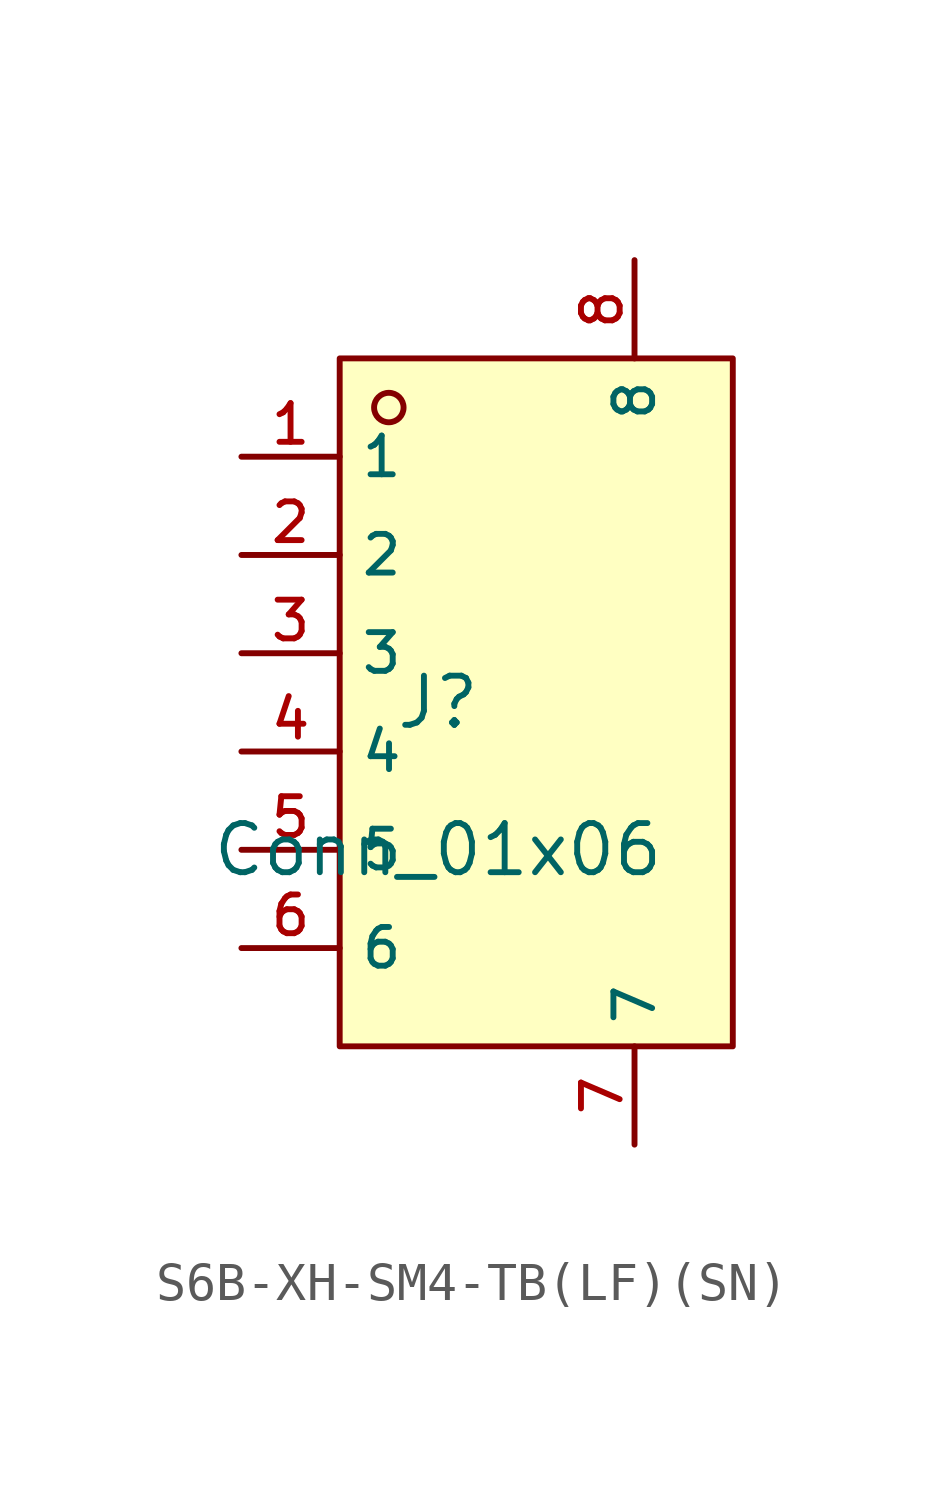
<source format=kicad_sym>
(kicad_symbol_lib
  (version 20231120)
  (generator "kicad_symbol_editor")
  (generator_version "8.0")
  (symbol "S6B-XH-SM4-TB(LF)(SN)"
    (property "Reference" "J"
      (at 0 1.27 0)
      (effects (font (size 1.27 1.27))))
    (property "Value" "Conn_01x06"
      (at 0 -2.54 0)
      (effects (font (size 1.27 1.27))))
    (symbol "S6B-XH-SM4-TB(LF)(SN)_0_1"
      (rectangle (start -2.54 10.16) (end 7.62 -7.62) (stroke (width 0) (type default)) (fill (type background)))
      (circle (center -1.27 8.89) (radius 0.381) (stroke (width 0) (type default)) (fill (type background)))
      (pin unspecified line (at -5.08 7.62 0) (length 2.54) (name "1" (effects (font (size 1 1)))) (number "1" (effects (font (size 1 1)))))
      (pin unspecified line (at -5.08 5.08 0) (length 2.54) (name "2" (effects (font (size 1 1)))) (number "2" (effects (font (size 1 1)))))
      (pin unspecified line (at -5.08 2.54 0) (length 2.54) (name "3" (effects (font (size 1 1)))) (number "3" (effects (font (size 1 1)))))
      (pin unspecified line (at -5.08 0 0) (length 2.54) (name "4" (effects (font (size 1 1)))) (number "4" (effects (font (size 1 1)))))
      (pin unspecified line (at -5.08 -2.54 0) (length 2.54) (name "5" (effects (font (size 1 1)))) (number "5" (effects (font (size 1 1)))))
      (pin unspecified line (at -5.08 -5.08 0) (length 2.54) (name "6" (effects (font (size 1 1)))) (number "6" (effects (font (size 1 1)))))
      (pin unspecified line (at 5.08 -10.16 90) (length 2.54) (name "7" (effects (font (size 1 1)))) (number "7" (effects (font (size 1 1)))))
      (pin unspecified line (at 5.08 12.7 270) (length 2.54) (name "8" (effects (font (size 1 1)))) (number "8" (effects (font (size 1 1))))))))
</source>
